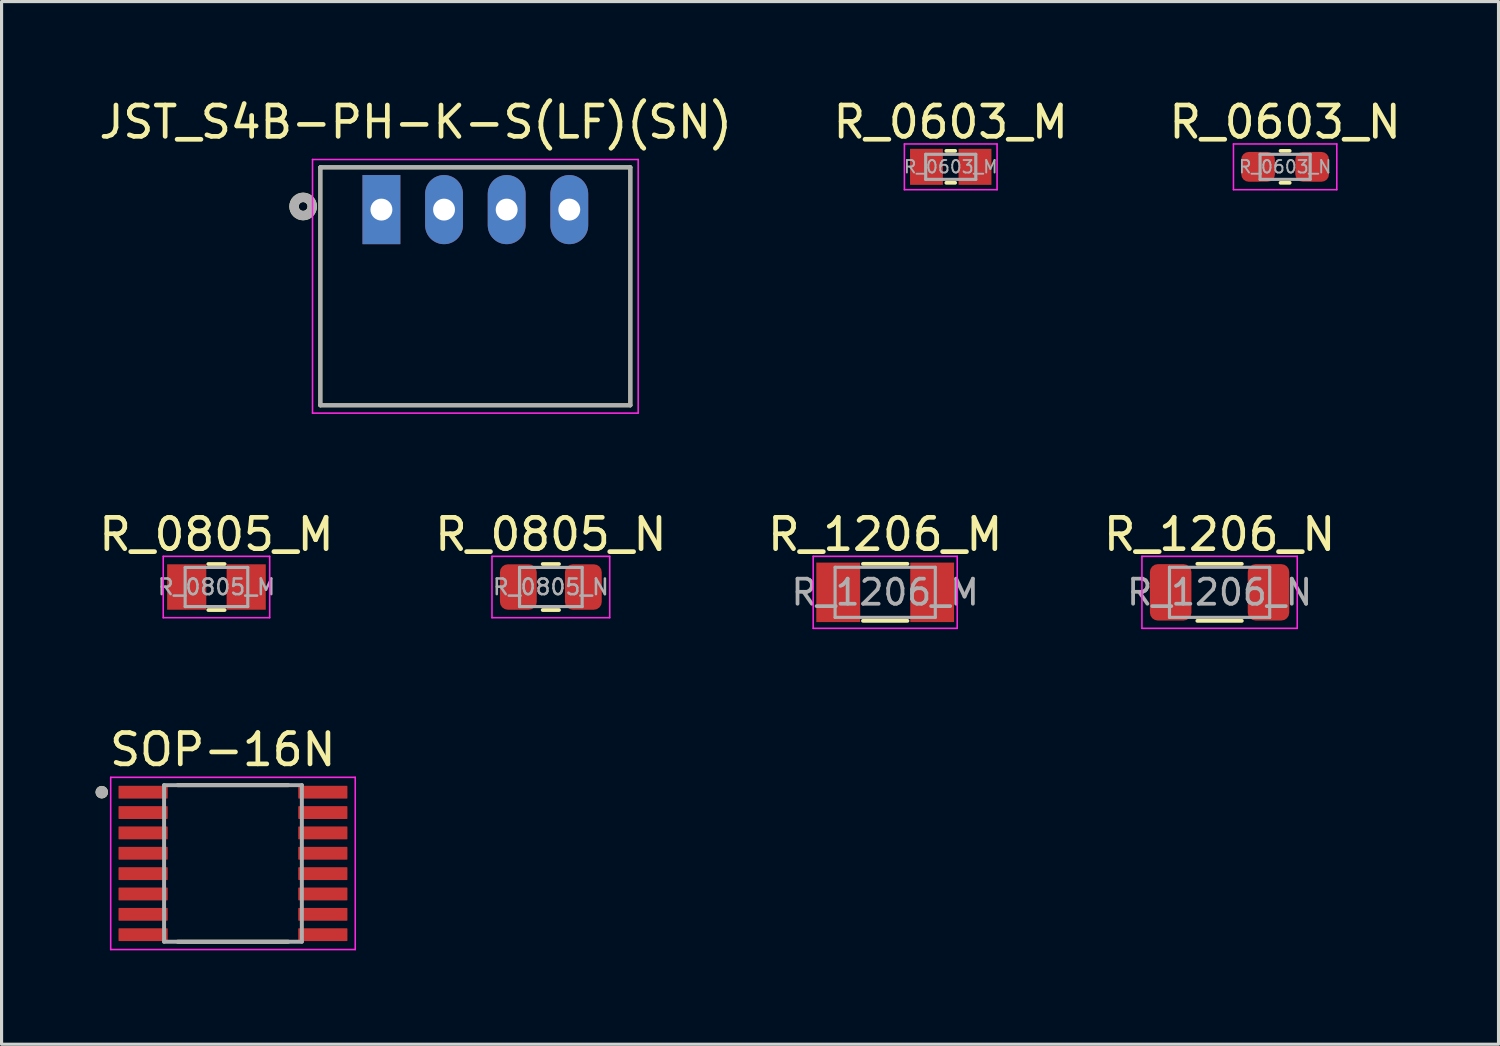
<source format=kicad_pcb>
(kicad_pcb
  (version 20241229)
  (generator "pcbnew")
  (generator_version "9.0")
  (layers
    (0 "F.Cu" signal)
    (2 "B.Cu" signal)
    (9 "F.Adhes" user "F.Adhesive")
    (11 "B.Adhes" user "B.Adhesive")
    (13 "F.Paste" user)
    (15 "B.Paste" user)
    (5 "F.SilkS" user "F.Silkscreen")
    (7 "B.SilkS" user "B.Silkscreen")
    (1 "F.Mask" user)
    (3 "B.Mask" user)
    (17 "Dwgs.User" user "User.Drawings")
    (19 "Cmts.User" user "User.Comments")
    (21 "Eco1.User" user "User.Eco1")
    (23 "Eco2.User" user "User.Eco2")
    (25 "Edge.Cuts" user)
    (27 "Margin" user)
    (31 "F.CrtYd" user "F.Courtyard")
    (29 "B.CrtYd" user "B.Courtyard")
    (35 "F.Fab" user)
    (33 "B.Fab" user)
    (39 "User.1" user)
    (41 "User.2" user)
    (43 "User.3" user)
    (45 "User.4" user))
  (footprint "R_0603_M"
    (layer "F.Cu")
    (at 27.313 2.278)
    (property "Reference" "R_0603_M" (at 0 -1.43 0) (layer "F.SilkS") (effects (font (size 1 1) (thickness 0.15))))
    (attr smd)
    (fp_line (start -0.141 -0.51) (end 0.141 -0.51) (stroke (width 0.12) (type solid)) (layer "F.SilkS"))
    (fp_line (start -0.141 0.51) (end 0.141 0.51) (stroke (width 0.12) (type solid)) (layer "F.SilkS"))
    (fp_line (start -1.48 -0.73) (end 1.48 -0.73) (stroke (width 0.05) (type solid)) (layer "F.CrtYd"))
    (fp_line (start -1.48 0.73) (end -1.48 -0.73) (stroke (width 0.05) (type solid)) (layer "F.CrtYd"))
    (fp_line (start 1.48 -0.73) (end 1.48 0.73) (stroke (width 0.05) (type solid)) (layer "F.CrtYd"))
    (fp_line (start 1.48 0.73) (end -1.48 0.73) (stroke (width 0.05) (type solid)) (layer "F.CrtYd"))
    (fp_line (start -0.8 -0.4) (end 0.8 -0.4) (stroke (width 0.1) (type solid)) (layer "F.Fab"))
    (fp_line (start -0.8 0.4) (end -0.8 -0.4) (stroke (width 0.1) (type solid)) (layer "F.Fab"))
    (fp_line (start 0.8 -0.4) (end 0.8 0.4) (stroke (width 0.1) (type solid)) (layer "F.Fab"))
    (fp_line (start 0.8 0.4) (end -0.8 0.4) (stroke (width 0.1) (type solid)) (layer "F.Fab"))
    (fp_text user "${REFERENCE}" (at 0 0 0) (layer "F.Fab") (effects (font (size 0.4 0.4) (thickness 0.06))))
    (pad "1" smd rect (at -0.775 0) (size 1.05 1.15) (layers "F.Cu" "F.Mask" "F.Paste"))
    (pad "2" smd rect (at 0.775 0) (size 1.05 1.15) (layers "F.Cu" "F.Mask" "F.Paste")))
  (footprint "R_0603_N"
    (layer "F.Cu")
    (at 37.992 2.278)
    (property "Reference" "R_0603_N" (at 0 -1.43 0) (layer "F.SilkS") (effects (font (size 1 1) (thickness 0.15))))
    (attr smd)
    (fp_line (start -0.146 -0.51) (end 0.146 -0.51) (stroke (width 0.12) (type solid)) (layer "F.SilkS"))
    (fp_line (start -0.146 0.51) (end 0.146 0.51) (stroke (width 0.12) (type solid)) (layer "F.SilkS"))
    (fp_line (start -1.65 -0.73) (end 1.65 -0.73) (stroke (width 0.05) (type solid)) (layer "F.CrtYd"))
    (fp_line (start -1.65 0.73) (end -1.65 -0.73) (stroke (width 0.05) (type solid)) (layer "F.CrtYd"))
    (fp_line (start 1.65 -0.73) (end 1.65 0.73) (stroke (width 0.05) (type solid)) (layer "F.CrtYd"))
    (fp_line (start 1.65 0.73) (end -1.65 0.73) (stroke (width 0.05) (type solid)) (layer "F.CrtYd"))
    (fp_line (start -0.8 -0.4) (end 0.8 -0.4) (stroke (width 0.1) (type solid)) (layer "F.Fab"))
    (fp_line (start -0.8 0.4) (end -0.8 -0.4) (stroke (width 0.1) (type solid)) (layer "F.Fab"))
    (fp_line (start 0.8 -0.4) (end 0.8 0.4) (stroke (width 0.1) (type solid)) (layer "F.Fab"))
    (fp_line (start 0.8 0.4) (end -0.8 0.4) (stroke (width 0.1) (type solid)) (layer "F.Fab"))
    (fp_text user "${REFERENCE}" (at 0 0 0) (layer "F.Fab") (effects (font (size 0.4 0.4) (thickness 0.06))))
    (pad "1" smd roundrect (at -0.863 0) (size 1.075 0.95) (layers "F.Cu" "F.Mask" "F.Paste") (roundrect_rratio 0.25))
    (pad "2" smd roundrect (at 0.863 0) (size 1.075 0.95) (layers "F.Cu" "F.Mask" "F.Paste") (roundrect_rratio 0.25)))
  (footprint "R_1206_N"
    (layer "F.Cu")
    (at 35.899 15.867)
    (property "Reference" "R_1206_N" (at 0 -1.85 0) (layer "F.SilkS") (effects (font (size 1 1) (thickness 0.15))))
    (attr smd)
    (fp_line (start -0.711 -0.91) (end 0.711 -0.91) (stroke (width 0.12) (type solid)) (layer "F.SilkS"))
    (fp_line (start -0.711 0.91) (end 0.711 0.91) (stroke (width 0.12) (type solid)) (layer "F.SilkS"))
    (fp_line (start -2.48 -1.15) (end 2.48 -1.15) (stroke (width 0.05) (type solid)) (layer "F.CrtYd"))
    (fp_line (start -2.48 1.15) (end -2.48 -1.15) (stroke (width 0.05) (type solid)) (layer "F.CrtYd"))
    (fp_line (start 2.48 -1.15) (end 2.48 1.15) (stroke (width 0.05) (type solid)) (layer "F.CrtYd"))
    (fp_line (start 2.48 1.15) (end -2.48 1.15) (stroke (width 0.05) (type solid)) (layer "F.CrtYd"))
    (fp_line (start -1.6 -0.8) (end 1.6 -0.8) (stroke (width 0.1) (type solid)) (layer "F.Fab"))
    (fp_line (start -1.6 0.8) (end -1.6 -0.8) (stroke (width 0.1) (type solid)) (layer "F.Fab"))
    (fp_line (start 1.6 -0.8) (end 1.6 0.8) (stroke (width 0.1) (type solid)) (layer "F.Fab"))
    (fp_line (start 1.6 0.8) (end -1.6 0.8) (stroke (width 0.1) (type solid)) (layer "F.Fab"))
    (fp_text user "${REFERENCE}" (at 0 0 0) (layer "F.Fab") (effects (font (size 0.8 0.8) (thickness 0.12))))
    (pad "1" smd roundrect (at -1.562 0) (size 1.325 1.8) (layers "F.Cu" "F.Mask" "F.Paste") (roundrect_rratio 0.189))
    (pad "2" smd roundrect (at 1.562 0) (size 1.325 1.8) (layers "F.Cu" "F.Mask" "F.Paste") (roundrect_rratio 0.189)))
  (footprint "JST_S4B-PH-K-S(LF)(SN)"
    (layer "F.Cu")
    (at 12.131 3.644)
    (property "Reference" "JST_S4B-PH-K-S(LF)(SN)" (at -1.906 -2.795 0) (layer "F.SilkS") (effects (font (size 1 1) (thickness 0.15))))
    (attr through_hole)
    (fp_line (start -4.95 -1.35) (end 4.95 -1.35) (stroke (width 0.127) (type solid)) (layer "F.SilkS"))
    (fp_line (start -4.95 6.25) (end -4.95 -1.35) (stroke (width 0.127) (type solid)) (layer "F.SilkS"))
    (fp_line (start 4.95 -1.35) (end 4.95 6.25) (stroke (width 0.127) (type solid)) (layer "F.SilkS"))
    (fp_line (start 4.95 6.25) (end -4.95 6.25) (stroke (width 0.127) (type solid)) (layer "F.SilkS"))
    (fp_circle (center -5.5 -0.1) (end -5.359 -0.1) (stroke (width 0.3) (type solid)) (fill no) (layer "F.SilkS"))
    (fp_line (start -5.2 -1.6) (end 5.2 -1.6) (stroke (width 0.05) (type solid)) (layer "F.CrtYd"))
    (fp_line (start -5.2 6.5) (end -5.2 -1.6) (stroke (width 0.05) (type solid)) (layer "F.CrtYd"))
    (fp_line (start 5.2 -1.6) (end 5.2 6.5) (stroke (width 0.05) (type solid)) (layer "F.CrtYd"))
    (fp_line (start 5.2 6.5) (end -5.2 6.5) (stroke (width 0.05) (type solid)) (layer "F.CrtYd"))
    (fp_line (start -4.95 -1.35) (end 4.95 -1.35) (stroke (width 0.127) (type solid)) (layer "F.Fab"))
    (fp_line (start -4.95 6.25) (end -4.95 -1.35) (stroke (width 0.127) (type solid)) (layer "F.Fab"))
    (fp_line (start 4.95 -1.35) (end 4.95 6.25) (stroke (width 0.127) (type solid)) (layer "F.Fab"))
    (fp_line (start 4.95 6.25) (end -4.95 6.25) (stroke (width 0.127) (type solid)) (layer "F.Fab"))
    (fp_circle (center -5.5 -0.1) (end -5.359 -0.1) (stroke (width 0.3) (type solid)) (fill no) (layer "F.Fab"))
    (pad "1" thru_hole rect (at -3 0) (size 1.208 2.208) (drill 0.7) (layers "*.Cu" "*.Mask"))
    (pad "2" thru_hole oval (at -1 0) (size 1.208 2.208) (drill 0.7) (layers "*.Cu" "*.Mask"))
    (pad "3" thru_hole oval (at 1 0) (size 1.208 2.208) (drill 0.7) (layers "*.Cu" "*.Mask"))
    (pad "4" thru_hole oval (at 3 0) (size 1.208 2.208) (drill 0.7) (layers "*.Cu" "*.Mask")))
  (footprint "R_0805_N"
    (layer "F.Cu")
    (at 14.542 15.697)
    (property "Reference" "R_0805_N" (at 0 -1.68 0) (layer "F.SilkS") (effects (font (size 1 1) (thickness 0.15))))
    (attr smd)
    (fp_line (start -0.261 -0.735) (end 0.261 -0.735) (stroke (width 0.12) (type solid)) (layer "F.SilkS"))
    (fp_line (start -0.261 0.735) (end 0.261 0.735) (stroke (width 0.12) (type solid)) (layer "F.SilkS"))
    (fp_line (start -1.88 -0.98) (end 1.88 -0.98) (stroke (width 0.05) (type solid)) (layer "F.CrtYd"))
    (fp_line (start -1.88 0.98) (end -1.88 -0.98) (stroke (width 0.05) (type solid)) (layer "F.CrtYd"))
    (fp_line (start 1.88 -0.98) (end 1.88 0.98) (stroke (width 0.05) (type solid)) (layer "F.CrtYd"))
    (fp_line (start 1.88 0.98) (end -1.88 0.98) (stroke (width 0.05) (type solid)) (layer "F.CrtYd"))
    (fp_line (start -1 -0.625) (end 1 -0.625) (stroke (width 0.1) (type solid)) (layer "F.Fab"))
    (fp_line (start -1 0.625) (end -1 -0.625) (stroke (width 0.1) (type solid)) (layer "F.Fab"))
    (fp_line (start 1 -0.625) (end 1 0.625) (stroke (width 0.1) (type solid)) (layer "F.Fab"))
    (fp_line (start 1 0.625) (end -1 0.625) (stroke (width 0.1) (type solid)) (layer "F.Fab"))
    (fp_text user "${REFERENCE}" (at 0 0 0) (layer "F.Fab") (effects (font (size 0.5 0.5) (thickness 0.08))))
    (pad "1" smd roundrect (at -1.038 0) (size 1.175 1.45) (layers "F.Cu" "F.Mask" "F.Paste") (roundrect_rratio 0.213))
    (pad "2" smd roundrect (at 1.038 0) (size 1.175 1.45) (layers "F.Cu" "F.Mask" "F.Paste") (roundrect_rratio 0.213)))
  (footprint "R_1206_M"
    (layer "F.Cu")
    (at 25.22 15.867)
    (property "Reference" "R_1206_M" (at 0 -1.85 0) (layer "F.SilkS") (effects (font (size 1 1) (thickness 0.15))))
    (attr smd)
    (fp_line (start -0.711 -0.91) (end 0.711 -0.91) (stroke (width 0.12) (type solid)) (layer "F.SilkS"))
    (fp_line (start -0.711 0.91) (end 0.711 0.91) (stroke (width 0.12) (type solid)) (layer "F.SilkS"))
    (fp_line (start -2.3 -1.15) (end 2.3 -1.15) (stroke (width 0.05) (type solid)) (layer "F.CrtYd"))
    (fp_line (start -2.3 1.15) (end -2.3 -1.15) (stroke (width 0.05) (type solid)) (layer "F.CrtYd"))
    (fp_line (start 2.3 -1.15) (end 2.3 1.15) (stroke (width 0.05) (type solid)) (layer "F.CrtYd"))
    (fp_line (start 2.3 1.15) (end -2.3 1.15) (stroke (width 0.05) (type solid)) (layer "F.CrtYd"))
    (fp_line (start -1.6 -0.8) (end 1.6 -0.8) (stroke (width 0.1) (type solid)) (layer "F.Fab"))
    (fp_line (start -1.6 0.8) (end -1.6 -0.8) (stroke (width 0.1) (type solid)) (layer "F.Fab"))
    (fp_line (start 1.6 -0.8) (end 1.6 0.8) (stroke (width 0.1) (type solid)) (layer "F.Fab"))
    (fp_line (start 1.6 0.8) (end -1.6 0.8) (stroke (width 0.1) (type solid)) (layer "F.Fab"))
    (fp_text user "${REFERENCE}" (at 0 0 0) (layer "F.Fab") (effects (font (size 0.8 0.8) (thickness 0.12))))
    (pad "1" smd rect (at -1.5 0) (size 1.4 1.9) (layers "F.Cu" "F.Mask" "F.Paste"))
    (pad "2" smd rect (at 1.5 0) (size 1.4 1.9) (layers "F.Cu" "F.Mask" "F.Paste")))
  (footprint "SOP-16N"
    (layer "F.Cu")
    (at 4.39 24.525)
    (property "Reference" "SOP-16N" (at -0.325 -3.635 0) (layer "F.SilkS") (effects (font (size 1 1) (thickness 0.15))))
    (attr through_hole)
    (fp_line (start -1.765 -2.5) (end 1.765 -2.5) (stroke (width 0.127) (type solid)) (layer "F.SilkS"))
    (fp_line (start 1.765 2.5) (end -1.765 2.5) (stroke (width 0.127) (type solid)) (layer "F.SilkS"))
    (fp_circle (center -4.19 -2.275) (end -4.09 -2.275) (stroke (width 0.2) (type solid)) (fill no) (layer "F.SilkS"))
    (fp_line (start -3.905 -2.75) (end -3.905 2.75) (stroke (width 0.05) (type solid)) (layer "F.CrtYd"))
    (fp_line (start -3.905 -2.75) (end 3.905 -2.75) (stroke (width 0.05) (type solid)) (layer "F.CrtYd"))
    (fp_line (start -3.905 2.75) (end 3.905 2.75) (stroke (width 0.05) (type solid)) (layer "F.CrtYd"))
    (fp_line (start 3.905 -2.75) (end 3.905 2.75) (stroke (width 0.05) (type solid)) (layer "F.CrtYd"))
    (fp_line (start -2.2 -2.5) (end -2.2 2.5) (stroke (width 0.127) (type solid)) (layer "F.Fab"))
    (fp_line (start -2.2 -2.5) (end 2.2 -2.5) (stroke (width 0.127) (type solid)) (layer "F.Fab"))
    (fp_line (start -2.2 2.5) (end 2.2 2.5) (stroke (width 0.127) (type solid)) (layer "F.Fab"))
    (fp_line (start 2.2 -2.5) (end 2.2 2.5) (stroke (width 0.127) (type solid)) (layer "F.Fab"))
    (fp_circle (center -4.19 -2.275) (end -4.09 -2.275) (stroke (width 0.2) (type solid)) (fill no) (layer "F.Fab"))
    (pad "1" smd roundrect (at -2.87 -2.275) (size 1.57 0.41) (layers "F.Cu" "F.Mask" "F.Paste") (roundrect_rratio 0.05))
    (pad "2" smd roundrect (at -2.87 -1.625) (size 1.57 0.41) (layers "F.Cu" "F.Mask" "F.Paste") (roundrect_rratio 0.05))
    (pad "3" smd roundrect (at -2.87 -0.975) (size 1.57 0.41) (layers "F.Cu" "F.Mask" "F.Paste") (roundrect_rratio 0.05))
    (pad "4" smd roundrect (at -2.87 -0.325) (size 1.57 0.41) (layers "F.Cu" "F.Mask" "F.Paste") (roundrect_rratio 0.05))
    (pad "5" smd roundrect (at -2.87 0.325) (size 1.57 0.41) (layers "F.Cu" "F.Mask" "F.Paste") (roundrect_rratio 0.05))
    (pad "6" smd roundrect (at -2.87 0.975) (size 1.57 0.41) (layers "F.Cu" "F.Mask" "F.Paste") (roundrect_rratio 0.05))
    (pad "7" smd roundrect (at -2.87 1.625) (size 1.57 0.41) (layers "F.Cu" "F.Mask" "F.Paste") (roundrect_rratio 0.05))
    (pad "8" smd roundrect (at -2.87 2.275) (size 1.57 0.41) (layers "F.Cu" "F.Mask" "F.Paste") (roundrect_rratio 0.05))
    (pad "9" smd roundrect (at 2.87 2.275) (size 1.57 0.41) (layers "F.Cu" "F.Mask" "F.Paste") (roundrect_rratio 0.05))
    (pad "10" smd roundrect (at 2.87 1.625) (size 1.57 0.41) (layers "F.Cu" "F.Mask" "F.Paste") (roundrect_rratio 0.05))
    (pad "11" smd roundrect (at 2.87 0.975) (size 1.57 0.41) (layers "F.Cu" "F.Mask" "F.Paste") (roundrect_rratio 0.05))
    (pad "12" smd roundrect (at 2.87 0.325) (size 1.57 0.41) (layers "F.Cu" "F.Mask" "F.Paste") (roundrect_rratio 0.05))
    (pad "13" smd roundrect (at 2.87 -0.325) (size 1.57 0.41) (layers "F.Cu" "F.Mask" "F.Paste") (roundrect_rratio 0.05))
    (pad "14" smd roundrect (at 2.87 -0.975) (size 1.57 0.41) (layers "F.Cu" "F.Mask" "F.Paste") (roundrect_rratio 0.05))
    (pad "15" smd roundrect (at 2.87 -1.625) (size 1.57 0.41) (layers "F.Cu" "F.Mask" "F.Paste") (roundrect_rratio 0.05))
    (pad "16" smd roundrect (at 2.87 -2.275) (size 1.57 0.41) (layers "F.Cu" "F.Mask" "F.Paste") (roundrect_rratio 0.05)))
  (footprint "R_0805_M"
    (layer "F.Cu")
    (at 3.863 15.697)
    (property "Reference" "R_0805_M" (at 0 -1.68 0) (layer "F.SilkS") (effects (font (size 1 1) (thickness 0.15))))
    (attr smd)
    (fp_line (start -0.261 -0.735) (end 0.261 -0.735) (stroke (width 0.12) (type solid)) (layer "F.SilkS"))
    (fp_line (start -0.261 0.735) (end 0.261 0.735) (stroke (width 0.12) (type solid)) (layer "F.SilkS"))
    (fp_line (start -1.7 -0.98) (end 1.7 -0.98) (stroke (width 0.05) (type solid)) (layer "F.CrtYd"))
    (fp_line (start -1.7 0.98) (end -1.7 -0.98) (stroke (width 0.05) (type solid)) (layer "F.CrtYd"))
    (fp_line (start 1.7 -0.98) (end 1.7 0.98) (stroke (width 0.05) (type solid)) (layer "F.CrtYd"))
    (fp_line (start 1.7 0.98) (end -1.7 0.98) (stroke (width 0.05) (type solid)) (layer "F.CrtYd"))
    (fp_line (start -1 -0.625) (end 1 -0.625) (stroke (width 0.1) (type solid)) (layer "F.Fab"))
    (fp_line (start -1 0.625) (end -1 -0.625) (stroke (width 0.1) (type solid)) (layer "F.Fab"))
    (fp_line (start 1 -0.625) (end 1 0.625) (stroke (width 0.1) (type solid)) (layer "F.Fab"))
    (fp_line (start 1 0.625) (end -1 0.625) (stroke (width 0.1) (type solid)) (layer "F.Fab"))
    (fp_text user "${REFERENCE}" (at 0 0 0) (layer "F.Fab") (effects (font (size 0.5 0.5) (thickness 0.08))))
    (pad "1" smd rect (at -0.95 0) (size 1.25 1.45) (layers "F.Cu" "F.Mask" "F.Paste"))
    (pad "2" smd rect (at 0.95 0) (size 1.25 1.45) (layers "F.Cu" "F.Mask" "F.Paste")))
  (gr_rect
    (start -3 -3)
    (end 44.807 30.3)
    (stroke (width 0.1) (type default))
    (fill no)
    (layer "Edge.Cuts")))
</source>
